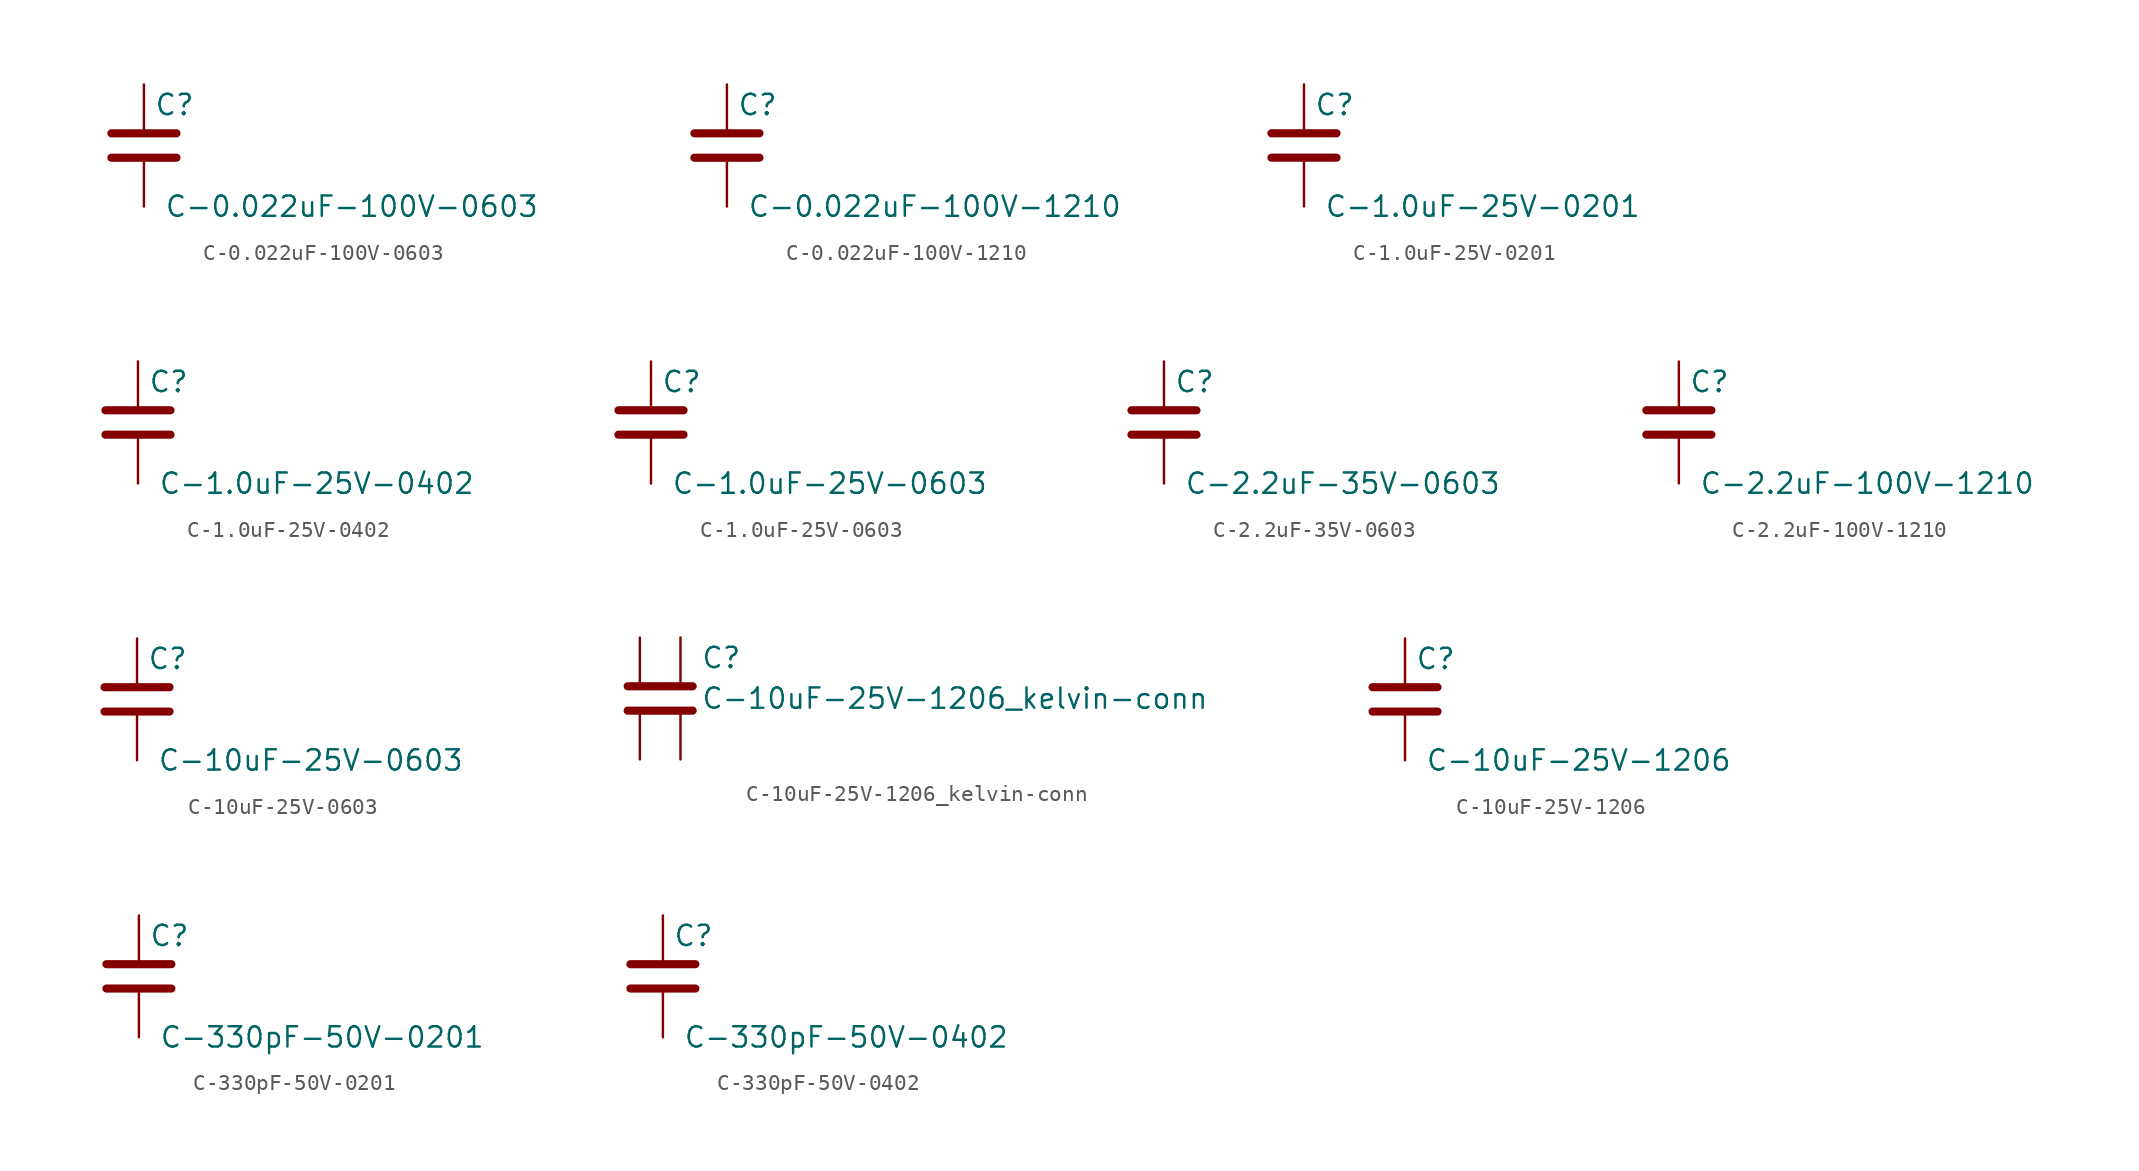
<source format=kicad_sym>
(kicad_symbol_lib
  (version 20211014)
  (generator kicad_symbol_editor)
  (symbol "C-0.022uF-100V-0603"
    (pin_numbers hide)
    (pin_names
      (offset 0.254))
    (property "Reference" "C"
      (at 0.635 2.54 0)
      (effects (font (size 1.27 1.27)) (justify left)))
    (property "Value" "C-0.022uF-100V-0603"
      (at 1.27 -3.81 0)
      (effects (font (size 1.27 1.27)) (justify left)))
    (symbol "C-0.022uF-100V-0603_0_1"
      (polyline (pts (xy -2.032 -0.762) (xy 2.032 -0.762)) (stroke (width 0.508) (type default) (color 0 0 0 0)) (fill (type none)))
      (polyline (pts (xy -2.032 0.762) (xy 2.032 0.762)) (stroke (width 0.508) (type default) (color 0 0 0 0)) (fill (type none))))
    (symbol "C-0.022uF-100V-0603_1_1"
      (pin passive line (at 0 3.81 270) (length 2.794) (name "~" (effects (font (size 1.27 1.27)))) (number "1" (effects (font (size 1.27 1.27)))))
      (pin passive line (at 0 -3.81 90) (length 2.794) (name "~" (effects (font (size 1.27 1.27)))) (number "2" (effects (font (size 1.27 1.27)))))))
  (symbol "C-0.022uF-100V-1210"
    (pin_numbers hide)
    (pin_names
      (offset 0.254))
    (property "Reference" "C"
      (at 0.635 2.54 0)
      (effects (font (size 1.27 1.27)) (justify left)))
    (property "Value" "C-0.022uF-100V-1210"
      (at 1.27 -3.81 0)
      (effects (font (size 1.27 1.27)) (justify left)))
    (symbol "C-0.022uF-100V-1210_0_1"
      (polyline (pts (xy -2.032 -0.762) (xy 2.032 -0.762)) (stroke (width 0.508) (type default) (color 0 0 0 0)) (fill (type none)))
      (polyline (pts (xy -2.032 0.762) (xy 2.032 0.762)) (stroke (width 0.508) (type default) (color 0 0 0 0)) (fill (type none))))
    (symbol "C-0.022uF-100V-1210_1_1"
      (pin passive line (at 0 3.81 270) (length 2.794) (name "~" (effects (font (size 1.27 1.27)))) (number "1" (effects (font (size 1.27 1.27)))))
      (pin passive line (at 0 -3.81 90) (length 2.794) (name "~" (effects (font (size 1.27 1.27)))) (number "2" (effects (font (size 1.27 1.27)))))))
  (symbol "C-1.0uF-25V-0201"
    (pin_numbers hide)
    (pin_names
      (offset 0.254))
    (property "Reference" "C"
      (at 0.635 2.54 0)
      (effects (font (size 1.27 1.27)) (justify left)))
    (property "Value" "C-1.0uF-25V-0201"
      (at 1.27 -3.81 0)
      (effects (font (size 1.27 1.27)) (justify left)))
    (symbol "C-1.0uF-25V-0201_0_1"
      (polyline (pts (xy -2.032 -0.762) (xy 2.032 -0.762)) (stroke (width 0.508) (type default) (color 0 0 0 0)) (fill (type none)))
      (polyline (pts (xy -2.032 0.762) (xy 2.032 0.762)) (stroke (width 0.508) (type default) (color 0 0 0 0)) (fill (type none))))
    (symbol "C-1.0uF-25V-0201_1_1"
      (pin passive line (at 0 3.81 270) (length 2.794) (name "~" (effects (font (size 1.27 1.27)))) (number "1" (effects (font (size 1.27 1.27)))))
      (pin passive line (at 0 -3.81 90) (length 2.794) (name "~" (effects (font (size 1.27 1.27)))) (number "2" (effects (font (size 1.27 1.27)))))))
  (symbol "C-1.0uF-25V-0402"
    (pin_numbers hide)
    (pin_names
      (offset 0.254))
    (property "Reference" "C"
      (at 0.635 2.54 0)
      (effects (font (size 1.27 1.27)) (justify left)))
    (property "Value" "C-1.0uF-25V-0402"
      (at 1.27 -3.81 0)
      (effects (font (size 1.27 1.27)) (justify left)))
    (symbol "C-1.0uF-25V-0402_0_1"
      (polyline (pts (xy -2.032 -0.762) (xy 2.032 -0.762)) (stroke (width 0.508) (type default) (color 0 0 0 0)) (fill (type none)))
      (polyline (pts (xy -2.032 0.762) (xy 2.032 0.762)) (stroke (width 0.508) (type default) (color 0 0 0 0)) (fill (type none))))
    (symbol "C-1.0uF-25V-0402_1_1"
      (pin passive line (at 0 3.81 270) (length 2.794) (name "~" (effects (font (size 1.27 1.27)))) (number "1" (effects (font (size 1.27 1.27)))))
      (pin passive line (at 0 -3.81 90) (length 2.794) (name "~" (effects (font (size 1.27 1.27)))) (number "2" (effects (font (size 1.27 1.27)))))))
  (symbol "C-1.0uF-25V-0603"
    (pin_numbers hide)
    (pin_names
      (offset 0.254))
    (property "Reference" "C"
      (at 0.635 2.54 0)
      (effects (font (size 1.27 1.27)) (justify left)))
    (property "Value" "C-1.0uF-25V-0603"
      (at 1.27 -3.81 0)
      (effects (font (size 1.27 1.27)) (justify left)))
    (symbol "C-1.0uF-25V-0603_0_1"
      (polyline (pts (xy -2.032 -0.762) (xy 2.032 -0.762)) (stroke (width 0.508) (type default) (color 0 0 0 0)) (fill (type none)))
      (polyline (pts (xy -2.032 0.762) (xy 2.032 0.762)) (stroke (width 0.508) (type default) (color 0 0 0 0)) (fill (type none))))
    (symbol "C-1.0uF-25V-0603_1_1"
      (pin passive line (at 0 3.81 270) (length 2.794) (name "~" (effects (font (size 1.27 1.27)))) (number "1" (effects (font (size 1.27 1.27)))))
      (pin passive line (at 0 -3.81 90) (length 2.794) (name "~" (effects (font (size 1.27 1.27)))) (number "2" (effects (font (size 1.27 1.27)))))))
  (symbol "C-2.2uF-35V-0603"
    (pin_numbers hide)
    (pin_names
      (offset 0.254))
    (property "Reference" "C"
      (at 0.635 2.54 0)
      (effects (font (size 1.27 1.27)) (justify left)))
    (property "Value" "C-2.2uF-35V-0603"
      (at 1.27 -3.81 0)
      (effects (font (size 1.27 1.27)) (justify left)))
    (symbol "C-2.2uF-35V-0603_0_1"
      (polyline (pts (xy -2.032 -0.762) (xy 2.032 -0.762)) (stroke (width 0.508) (type default) (color 0 0 0 0)) (fill (type none)))
      (polyline (pts (xy -2.032 0.762) (xy 2.032 0.762)) (stroke (width 0.508) (type default) (color 0 0 0 0)) (fill (type none))))
    (symbol "C-2.2uF-35V-0603_1_1"
      (pin passive line (at 0 3.81 270) (length 2.794) (name "~" (effects (font (size 1.27 1.27)))) (number "1" (effects (font (size 1.27 1.27)))))
      (pin passive line (at 0 -3.81 90) (length 2.794) (name "~" (effects (font (size 1.27 1.27)))) (number "2" (effects (font (size 1.27 1.27)))))))
  (symbol "C-2.2uF-100V-1210"
    (pin_numbers hide)
    (pin_names
      (offset 0.254))
    (property "Reference" "C"
      (at 0.635 2.54 0)
      (effects (font (size 1.27 1.27)) (justify left)))
    (property "Value" "C-2.2uF-100V-1210"
      (at 1.27 -3.81 0)
      (effects (font (size 1.27 1.27)) (justify left)))
    (symbol "C-2.2uF-100V-1210_0_1"
      (polyline (pts (xy -2.032 -0.762) (xy 2.032 -0.762)) (stroke (width 0.508) (type default) (color 0 0 0 0)) (fill (type none)))
      (polyline (pts (xy -2.032 0.762) (xy 2.032 0.762)) (stroke (width 0.508) (type default) (color 0 0 0 0)) (fill (type none))))
    (symbol "C-2.2uF-100V-1210_1_1"
      (pin passive line (at 0 3.81 270) (length 2.794) (name "~" (effects (font (size 1.27 1.27)))) (number "1" (effects (font (size 1.27 1.27)))))
      (pin passive line (at 0 -3.81 90) (length 2.794) (name "~" (effects (font (size 1.27 1.27)))) (number "2" (effects (font (size 1.27 1.27)))))))
  (symbol "C-10uF-25V-0603"
    (pin_numbers hide)
    (pin_names
      (offset 0.254))
    (property "Reference" "C"
      (at 0.635 2.54 0)
      (effects (font (size 1.27 1.27)) (justify left)))
    (property "Value" "C-10uF-25V-0603"
      (at 1.27 -3.81 0)
      (effects (font (size 1.27 1.27)) (justify left)))
    (symbol "C-10uF-25V-0603_0_1"
      (polyline (pts (xy -2.032 -0.762) (xy 2.032 -0.762)) (stroke (width 0.508) (type default) (color 0 0 0 0)) (fill (type none)))
      (polyline (pts (xy -2.032 0.762) (xy 2.032 0.762)) (stroke (width 0.508) (type default) (color 0 0 0 0)) (fill (type none))))
    (symbol "C-10uF-25V-0603_1_1"
      (pin passive line (at 0 3.81 270) (length 2.794) (name "~" (effects (font (size 1.27 1.27)))) (number "1" (effects (font (size 1.27 1.27)))))
      (pin passive line (at 0 -3.81 90) (length 2.794) (name "~" (effects (font (size 1.27 1.27)))) (number "2" (effects (font (size 1.27 1.27)))))))
  (symbol "C-10uF-25V-1206_kelvin-conn"
    (pin_numbers hide)
    (pin_names
      (offset 0.254))
    (property "Reference" "C"
      (at 2.54 2.54 0)
      (effects (font (size 1.27 1.27)) (justify left)))
    (property "Value" "C-10uF-25V-1206_kelvin-conn"
      (at 2.54 0 0)
      (effects (font (size 1.27 1.27)) (justify left)))
    (symbol "C-10uF-25V-1206_kelvin-conn_0_1"
      (polyline (pts (xy -2.032 -0.762) (xy 2.032 -0.762)) (stroke (width 0.508) (type default) (color 0 0 0 0)) (fill (type none)))
      (polyline (pts (xy -2.032 0.762) (xy 2.032 0.762)) (stroke (width 0.508) (type default) (color 0 0 0 0)) (fill (type none))))
    (symbol "C-10uF-25V-1206_kelvin-conn_1_1"
      (pin passive line (at -1.27 3.81 270) (length 2.794) (name "~" (effects (font (size 1.27 1.27)))) (number "1" (effects (font (size 1.27 1.27)))))
      (pin passive line (at 1.27 3.81 270) (length 2.794) (name "~" (effects (font (size 1.27 1.27)))) (number "2" (effects (font (size 1.27 1.27)))))
      (pin passive line (at 1.27 -3.81 90) (length 2.794) (name "~" (effects (font (size 1.27 1.27)))) (number "3" (effects (font (size 1.27 1.27)))))
      (pin passive line (at -1.27 -3.81 90) (length 2.794) (name "~" (effects (font (size 1.27 1.27)))) (number "4" (effects (font (size 1.27 1.27)))))))
  (symbol "C-10uF-25V-1206"
    (pin_numbers hide)
    (pin_names
      (offset 0.254))
    (property "Reference" "C"
      (at 0.635 2.54 0)
      (effects (font (size 1.27 1.27)) (justify left)))
    (property "Value" "C-10uF-25V-1206"
      (at 1.27 -3.81 0)
      (effects (font (size 1.27 1.27)) (justify left)))
    (symbol "C-10uF-25V-1206_0_1"
      (polyline (pts (xy -2.032 -0.762) (xy 2.032 -0.762)) (stroke (width 0.508) (type default) (color 0 0 0 0)) (fill (type none)))
      (polyline (pts (xy -2.032 0.762) (xy 2.032 0.762)) (stroke (width 0.508) (type default) (color 0 0 0 0)) (fill (type none))))
    (symbol "C-10uF-25V-1206_1_1"
      (pin passive line (at 0 3.81 270) (length 2.794) (name "~" (effects (font (size 1.27 1.27)))) (number "1" (effects (font (size 1.27 1.27)))))
      (pin passive line (at 0 -3.81 90) (length 2.794) (name "~" (effects (font (size 1.27 1.27)))) (number "2" (effects (font (size 1.27 1.27)))))))
  (symbol "C-330pF-50V-0201"
    (pin_numbers hide)
    (pin_names
      (offset 0.254))
    (property "Reference" "C"
      (at 0.635 2.54 0)
      (effects (font (size 1.27 1.27)) (justify left)))
    (property "Value" "C-330pF-50V-0201"
      (at 1.27 -3.81 0)
      (effects (font (size 1.27 1.27)) (justify left)))
    (symbol "C-330pF-50V-0201_0_1"
      (polyline (pts (xy -2.032 -0.762) (xy 2.032 -0.762)) (stroke (width 0.508) (type default) (color 0 0 0 0)) (fill (type none)))
      (polyline (pts (xy -2.032 0.762) (xy 2.032 0.762)) (stroke (width 0.508) (type default) (color 0 0 0 0)) (fill (type none))))
    (symbol "C-330pF-50V-0201_1_1"
      (pin passive line (at 0 3.81 270) (length 2.794) (name "~" (effects (font (size 1.27 1.27)))) (number "1" (effects (font (size 1.27 1.27)))))
      (pin passive line (at 0 -3.81 90) (length 2.794) (name "~" (effects (font (size 1.27 1.27)))) (number "2" (effects (font (size 1.27 1.27)))))))
  (symbol "C-330pF-50V-0402"
    (pin_numbers hide)
    (pin_names
      (offset 0.254))
    (property "Reference" "C"
      (at 0.635 2.54 0)
      (effects (font (size 1.27 1.27)) (justify left)))
    (property "Value" "C-330pF-50V-0402"
      (at 1.27 -3.81 0)
      (effects (font (size 1.27 1.27)) (justify left)))
    (symbol "C-330pF-50V-0402_0_1"
      (polyline (pts (xy -2.032 -0.762) (xy 2.032 -0.762)) (stroke (width 0.508) (type default) (color 0 0 0 0)) (fill (type none)))
      (polyline (pts (xy -2.032 0.762) (xy 2.032 0.762)) (stroke (width 0.508) (type default) (color 0 0 0 0)) (fill (type none))))
    (symbol "C-330pF-50V-0402_1_1"
      (pin passive line (at 0 3.81 270) (length 2.794) (name "~" (effects (font (size 1.27 1.27)))) (number "1" (effects (font (size 1.27 1.27)))))
      (pin passive line (at 0 -3.81 90) (length 2.794) (name "~" (effects (font (size 1.27 1.27)))) (number "2" (effects (font (size 1.27 1.27))))))))
</source>
